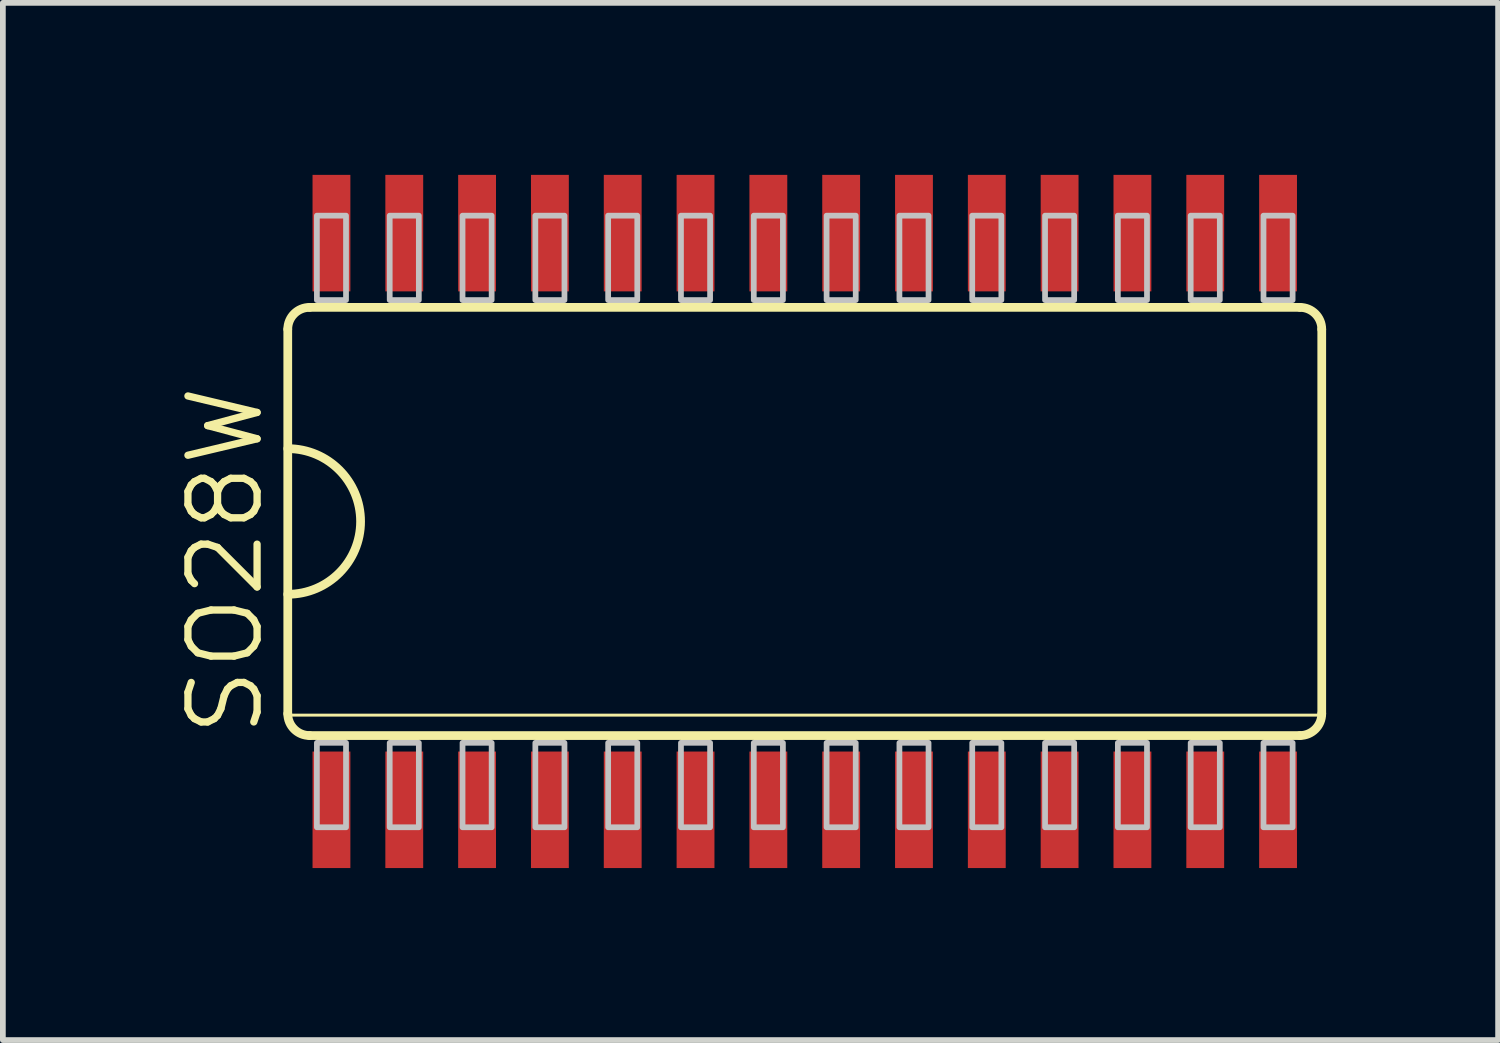
<source format=kicad_pcb>
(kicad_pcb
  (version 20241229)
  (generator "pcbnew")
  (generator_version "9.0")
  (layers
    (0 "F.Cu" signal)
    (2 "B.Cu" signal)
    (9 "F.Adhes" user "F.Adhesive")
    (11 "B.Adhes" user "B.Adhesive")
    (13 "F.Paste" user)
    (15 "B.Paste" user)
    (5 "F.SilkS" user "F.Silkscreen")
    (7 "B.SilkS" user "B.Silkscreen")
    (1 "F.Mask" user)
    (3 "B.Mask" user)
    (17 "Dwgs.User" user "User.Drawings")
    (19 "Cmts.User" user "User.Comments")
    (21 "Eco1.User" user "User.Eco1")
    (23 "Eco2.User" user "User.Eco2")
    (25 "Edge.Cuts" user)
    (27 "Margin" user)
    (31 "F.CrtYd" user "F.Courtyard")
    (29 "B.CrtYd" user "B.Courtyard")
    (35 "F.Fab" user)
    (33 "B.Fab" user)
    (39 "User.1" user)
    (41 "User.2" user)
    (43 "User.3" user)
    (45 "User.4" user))
  (footprint "SO28W"
    (layer "F.Cu")
    (at 10.986 6.045)
    (property "Reference" "SO28W" (at -9.398 3.81 90) (layer "F.SilkS") (effects (font (size 1.206 1.206) (thickness 0.127)) (justify left bottom)))
    (attr through_hole)
    (fp_line (start -9.017 -3.353) (end -9.017 3.353) (stroke (width 0.152) (type solid)) (layer "F.SilkS"))
    (fp_line (start -9.017 3.378) (end 9.017 3.378) (stroke (width 0.051) (type solid)) (layer "F.SilkS"))
    (fp_line (start -8.636 3.734) (end 8.636 3.734) (stroke (width 0.152) (type solid)) (layer "F.SilkS"))
    (fp_line (start 8.636 -3.734) (end -8.636 -3.734) (stroke (width 0.152) (type solid)) (layer "F.SilkS"))
    (fp_line (start 9.017 3.353) (end 9.017 -3.353) (stroke (width 0.152) (type solid)) (layer "F.SilkS"))
    (fp_arc (start -9.017 -3.3528) (mid -8.905408 -3.622208) (end -8.636 -3.7338) (stroke (width 0.1524) (type solid)) (layer "F.SilkS"))
    (fp_arc (start -9.017 -1.27) (mid -7.747 0) (end -9.017 1.27) (stroke (width 0.1524) (type solid)) (layer "F.SilkS"))
    (fp_arc (start -8.636 3.7338) (mid -8.905408 3.622208) (end -9.017 3.3528) (stroke (width 0.1524) (type solid)) (layer "F.SilkS"))
    (fp_arc (start 8.636 -3.7338) (mid 8.905408 -3.622208) (end 9.017 -3.3528) (stroke (width 0.1524) (type solid)) (layer "F.SilkS"))
    (fp_arc (start 9.017 3.3528) (mid 8.905408 3.622208) (end 8.636 3.7338) (stroke (width 0.1524) (type solid)) (layer "F.SilkS"))
    (fp_poly (pts (xy -8.509 -3.734) (xy -8.001 -3.734) (xy -8.001 -3.861) (xy -8.509 -3.861)) (stroke (width 0) (type solid)) (fill yes) (layer "F.SilkS"))
    (fp_poly (pts (xy -8.509 3.861) (xy -8.001 3.861) (xy -8.001 3.734) (xy -8.509 3.734)) (stroke (width 0) (type solid)) (fill yes) (layer "F.SilkS"))
    (fp_poly (pts (xy -7.239 -3.734) (xy -6.731 -3.734) (xy -6.731 -3.861) (xy -7.239 -3.861)) (stroke (width 0) (type solid)) (fill yes) (layer "F.SilkS"))
    (fp_poly (pts (xy -7.239 3.861) (xy -6.731 3.861) (xy -6.731 3.734) (xy -7.239 3.734)) (stroke (width 0) (type solid)) (fill yes) (layer "F.SilkS"))
    (fp_poly (pts (xy -5.969 -3.734) (xy -5.461 -3.734) (xy -5.461 -3.861) (xy -5.969 -3.861)) (stroke (width 0) (type solid)) (fill yes) (layer "F.SilkS"))
    (fp_poly (pts (xy -5.969 3.861) (xy -5.461 3.861) (xy -5.461 3.734) (xy -5.969 3.734)) (stroke (width 0) (type solid)) (fill yes) (layer "F.SilkS"))
    (fp_poly (pts (xy -4.699 -3.734) (xy -4.191 -3.734) (xy -4.191 -3.861) (xy -4.699 -3.861)) (stroke (width 0) (type solid)) (fill yes) (layer "F.SilkS"))
    (fp_poly (pts (xy -4.699 3.861) (xy -4.191 3.861) (xy -4.191 3.734) (xy -4.699 3.734)) (stroke (width 0) (type solid)) (fill yes) (layer "F.SilkS"))
    (fp_poly (pts (xy -3.429 -3.734) (xy -2.921 -3.734) (xy -2.921 -3.861) (xy -3.429 -3.861)) (stroke (width 0) (type solid)) (fill yes) (layer "F.SilkS"))
    (fp_poly (pts (xy -3.429 3.861) (xy -2.921 3.861) (xy -2.921 3.734) (xy -3.429 3.734)) (stroke (width 0) (type solid)) (fill yes) (layer "F.SilkS"))
    (fp_poly (pts (xy -2.159 -3.734) (xy -1.651 -3.734) (xy -1.651 -3.861) (xy -2.159 -3.861)) (stroke (width 0) (type solid)) (fill yes) (layer "F.SilkS"))
    (fp_poly (pts (xy -2.159 3.861) (xy -1.651 3.861) (xy -1.651 3.734) (xy -2.159 3.734)) (stroke (width 0) (type solid)) (fill yes) (layer "F.SilkS"))
    (fp_poly (pts (xy -0.889 -3.734) (xy -0.381 -3.734) (xy -0.381 -3.861) (xy -0.889 -3.861)) (stroke (width 0) (type solid)) (fill yes) (layer "F.SilkS"))
    (fp_poly (pts (xy -0.889 3.861) (xy -0.381 3.861) (xy -0.381 3.734) (xy -0.889 3.734)) (stroke (width 0) (type solid)) (fill yes) (layer "F.SilkS"))
    (fp_poly (pts (xy 0.381 -3.734) (xy 0.889 -3.734) (xy 0.889 -3.861) (xy 0.381 -3.861)) (stroke (width 0) (type solid)) (fill yes) (layer "F.SilkS"))
    (fp_poly (pts (xy 0.381 3.861) (xy 0.889 3.861) (xy 0.889 3.734) (xy 0.381 3.734)) (stroke (width 0) (type solid)) (fill yes) (layer "F.SilkS"))
    (fp_poly (pts (xy 1.651 -3.734) (xy 2.159 -3.734) (xy 2.159 -3.861) (xy 1.651 -3.861)) (stroke (width 0) (type solid)) (fill yes) (layer "F.SilkS"))
    (fp_poly (pts (xy 1.651 3.861) (xy 2.159 3.861) (xy 2.159 3.734) (xy 1.651 3.734)) (stroke (width 0) (type solid)) (fill yes) (layer "F.SilkS"))
    (fp_poly (pts (xy 2.921 -3.734) (xy 3.429 -3.734) (xy 3.429 -3.861) (xy 2.921 -3.861)) (stroke (width 0) (type solid)) (fill yes) (layer "F.SilkS"))
    (fp_poly (pts (xy 2.921 3.861) (xy 3.429 3.861) (xy 3.429 3.734) (xy 2.921 3.734)) (stroke (width 0) (type solid)) (fill yes) (layer "F.SilkS"))
    (fp_poly (pts (xy 4.191 -3.734) (xy 4.699 -3.734) (xy 4.699 -3.861) (xy 4.191 -3.861)) (stroke (width 0) (type solid)) (fill yes) (layer "F.SilkS"))
    (fp_poly (pts (xy 4.191 3.861) (xy 4.699 3.861) (xy 4.699 3.734) (xy 4.191 3.734)) (stroke (width 0) (type solid)) (fill yes) (layer "F.SilkS"))
    (fp_poly (pts (xy 5.461 -3.734) (xy 5.969 -3.734) (xy 5.969 -3.861) (xy 5.461 -3.861)) (stroke (width 0) (type solid)) (fill yes) (layer "F.SilkS"))
    (fp_poly (pts (xy 5.461 3.861) (xy 5.969 3.861) (xy 5.969 3.734) (xy 5.461 3.734)) (stroke (width 0) (type solid)) (fill yes) (layer "F.SilkS"))
    (fp_poly (pts (xy 6.731 -3.734) (xy 7.239 -3.734) (xy 7.239 -3.861) (xy 6.731 -3.861)) (stroke (width 0) (type solid)) (fill yes) (layer "F.SilkS"))
    (fp_poly (pts (xy 6.731 3.861) (xy 7.239 3.861) (xy 7.239 3.734) (xy 6.731 3.734)) (stroke (width 0) (type solid)) (fill yes) (layer "F.SilkS"))
    (fp_poly (pts (xy 8.001 -3.734) (xy 8.509 -3.734) (xy 8.509 -3.861) (xy 8.001 -3.861)) (stroke (width 0) (type solid)) (fill yes) (layer "F.SilkS"))
    (fp_poly (pts (xy 8.001 3.861) (xy 8.509 3.861) (xy 8.509 3.734) (xy 8.001 3.734)) (stroke (width 0) (type solid)) (fill yes) (layer "F.SilkS"))
    (fp_poly (pts (xy -8.509 -3.861) (xy -8.001 -3.861) (xy -8.001 -5.334) (xy -8.509 -5.334)) (stroke (width 0.1) (type solid)) (fill no) (layer "Dwgs.User"))
    (fp_poly (pts (xy -8.509 5.334) (xy -8.001 5.334) (xy -8.001 3.861) (xy -8.509 3.861)) (stroke (width 0.1) (type solid)) (fill no) (layer "Dwgs.User"))
    (fp_poly (pts (xy -7.239 -3.861) (xy -6.731 -3.861) (xy -6.731 -5.334) (xy -7.239 -5.334)) (stroke (width 0.1) (type solid)) (fill no) (layer "Dwgs.User"))
    (fp_poly (pts (xy -7.239 5.334) (xy -6.731 5.334) (xy -6.731 3.861) (xy -7.239 3.861)) (stroke (width 0.1) (type solid)) (fill no) (layer "Dwgs.User"))
    (fp_poly (pts (xy -5.969 -3.861) (xy -5.461 -3.861) (xy -5.461 -5.334) (xy -5.969 -5.334)) (stroke (width 0.1) (type solid)) (fill no) (layer "Dwgs.User"))
    (fp_poly (pts (xy -5.969 5.334) (xy -5.461 5.334) (xy -5.461 3.861) (xy -5.969 3.861)) (stroke (width 0.1) (type solid)) (fill no) (layer "Dwgs.User"))
    (fp_poly (pts (xy -4.699 -3.861) (xy -4.191 -3.861) (xy -4.191 -5.334) (xy -4.699 -5.334)) (stroke (width 0.1) (type solid)) (fill no) (layer "Dwgs.User"))
    (fp_poly (pts (xy -4.699 5.334) (xy -4.191 5.334) (xy -4.191 3.861) (xy -4.699 3.861)) (stroke (width 0.1) (type solid)) (fill no) (layer "Dwgs.User"))
    (fp_poly (pts (xy -3.429 -3.861) (xy -2.921 -3.861) (xy -2.921 -5.334) (xy -3.429 -5.334)) (stroke (width 0.1) (type solid)) (fill no) (layer "Dwgs.User"))
    (fp_poly (pts (xy -3.429 5.334) (xy -2.921 5.334) (xy -2.921 3.861) (xy -3.429 3.861)) (stroke (width 0.1) (type solid)) (fill no) (layer "Dwgs.User"))
    (fp_poly (pts (xy -2.159 -3.861) (xy -1.651 -3.861) (xy -1.651 -5.334) (xy -2.159 -5.334)) (stroke (width 0.1) (type solid)) (fill no) (layer "Dwgs.User"))
    (fp_poly (pts (xy -2.159 5.334) (xy -1.651 5.334) (xy -1.651 3.861) (xy -2.159 3.861)) (stroke (width 0.1) (type solid)) (fill no) (layer "Dwgs.User"))
    (fp_poly (pts (xy -0.889 -3.861) (xy -0.381 -3.861) (xy -0.381 -5.334) (xy -0.889 -5.334)) (stroke (width 0.1) (type solid)) (fill no) (layer "Dwgs.User"))
    (fp_poly (pts (xy -0.889 5.334) (xy -0.381 5.334) (xy -0.381 3.861) (xy -0.889 3.861)) (stroke (width 0.1) (type solid)) (fill no) (layer "Dwgs.User"))
    (fp_poly (pts (xy 0.381 -3.861) (xy 0.889 -3.861) (xy 0.889 -5.334) (xy 0.381 -5.334)) (stroke (width 0.1) (type solid)) (fill no) (layer "Dwgs.User"))
    (fp_poly (pts (xy 0.381 5.334) (xy 0.889 5.334) (xy 0.889 3.861) (xy 0.381 3.861)) (stroke (width 0.1) (type solid)) (fill no) (layer "Dwgs.User"))
    (fp_poly (pts (xy 1.651 -3.861) (xy 2.159 -3.861) (xy 2.159 -5.334) (xy 1.651 -5.334)) (stroke (width 0.1) (type solid)) (fill no) (layer "Dwgs.User"))
    (fp_poly (pts (xy 1.651 5.334) (xy 2.159 5.334) (xy 2.159 3.861) (xy 1.651 3.861)) (stroke (width 0.1) (type solid)) (fill no) (layer "Dwgs.User"))
    (fp_poly (pts (xy 2.921 -3.861) (xy 3.429 -3.861) (xy 3.429 -5.334) (xy 2.921 -5.334)) (stroke (width 0.1) (type solid)) (fill no) (layer "Dwgs.User"))
    (fp_poly (pts (xy 2.921 5.334) (xy 3.429 5.334) (xy 3.429 3.861) (xy 2.921 3.861)) (stroke (width 0.1) (type solid)) (fill no) (layer "Dwgs.User"))
    (fp_poly (pts (xy 4.191 -3.861) (xy 4.699 -3.861) (xy 4.699 -5.334) (xy 4.191 -5.334)) (stroke (width 0.1) (type solid)) (fill no) (layer "Dwgs.User"))
    (fp_poly (pts (xy 4.191 5.334) (xy 4.699 5.334) (xy 4.699 3.861) (xy 4.191 3.861)) (stroke (width 0.1) (type solid)) (fill no) (layer "Dwgs.User"))
    (fp_poly (pts (xy 5.461 -3.861) (xy 5.969 -3.861) (xy 5.969 -5.334) (xy 5.461 -5.334)) (stroke (width 0.1) (type solid)) (fill no) (layer "Dwgs.User"))
    (fp_poly (pts (xy 5.461 5.334) (xy 5.969 5.334) (xy 5.969 3.861) (xy 5.461 3.861)) (stroke (width 0.1) (type solid)) (fill no) (layer "Dwgs.User"))
    (fp_poly (pts (xy 6.731 -3.861) (xy 7.239 -3.861) (xy 7.239 -5.334) (xy 6.731 -5.334)) (stroke (width 0.1) (type solid)) (fill no) (layer "Dwgs.User"))
    (fp_poly (pts (xy 6.731 5.334) (xy 7.239 5.334) (xy 7.239 3.861) (xy 6.731 3.861)) (stroke (width 0.1) (type solid)) (fill no) (layer "Dwgs.User"))
    (fp_poly (pts (xy 8.001 -3.861) (xy 8.509 -3.861) (xy 8.509 -5.334) (xy 8.001 -5.334)) (stroke (width 0.1) (type solid)) (fill no) (layer "Dwgs.User"))
    (fp_poly (pts (xy 8.001 5.334) (xy 8.509 5.334) (xy 8.509 3.861) (xy 8.001 3.861)) (stroke (width 0.1) (type solid)) (fill no) (layer "Dwgs.User"))
    (pad "1" smd rect (at -8.255 5.029) (size 0.66 2.032) (layers "F.Cu" "F.Mask" "F.Paste"))
    (pad "2" smd rect (at -6.985 5.029) (size 0.66 2.032) (layers "F.Cu" "F.Mask" "F.Paste"))
    (pad "3" smd rect (at -5.715 5.029) (size 0.66 2.032) (layers "F.Cu" "F.Mask" "F.Paste"))
    (pad "4" smd rect (at -4.445 5.029) (size 0.66 2.032) (layers "F.Cu" "F.Mask" "F.Paste"))
    (pad "5" smd rect (at -3.175 5.029) (size 0.66 2.032) (layers "F.Cu" "F.Mask" "F.Paste"))
    (pad "6" smd rect (at -1.905 5.029) (size 0.66 2.032) (layers "F.Cu" "F.Mask" "F.Paste"))
    (pad "7" smd rect (at -0.635 5.029) (size 0.66 2.032) (layers "F.Cu" "F.Mask" "F.Paste"))
    (pad "8" smd rect (at 0.635 5.029) (size 0.66 2.032) (layers "F.Cu" "F.Mask" "F.Paste"))
    (pad "9" smd rect (at 1.905 5.029) (size 0.66 2.032) (layers "F.Cu" "F.Mask" "F.Paste"))
    (pad "10" smd rect (at 3.175 5.029) (size 0.66 2.032) (layers "F.Cu" "F.Mask" "F.Paste"))
    (pad "11" smd rect (at 4.445 5.029) (size 0.66 2.032) (layers "F.Cu" "F.Mask" "F.Paste"))
    (pad "12" smd rect (at 5.715 5.029) (size 0.66 2.032) (layers "F.Cu" "F.Mask" "F.Paste"))
    (pad "13" smd rect (at 6.985 5.029) (size 0.66 2.032) (layers "F.Cu" "F.Mask" "F.Paste"))
    (pad "14" smd rect (at 8.255 5.029) (size 0.66 2.032) (layers "F.Cu" "F.Mask" "F.Paste"))
    (pad "15" smd rect (at 8.255 -5.029) (size 0.66 2.032) (layers "F.Cu" "F.Mask" "F.Paste"))
    (pad "16" smd rect (at 6.985 -5.029) (size 0.66 2.032) (layers "F.Cu" "F.Mask" "F.Paste"))
    (pad "17" smd rect (at 5.715 -5.029) (size 0.66 2.032) (layers "F.Cu" "F.Mask" "F.Paste"))
    (pad "18" smd rect (at 4.445 -5.029) (size 0.66 2.032) (layers "F.Cu" "F.Mask" "F.Paste"))
    (pad "19" smd rect (at 3.175 -5.029) (size 0.66 2.032) (layers "F.Cu" "F.Mask" "F.Paste"))
    (pad "20" smd rect (at 1.905 -5.029) (size 0.66 2.032) (layers "F.Cu" "F.Mask" "F.Paste"))
    (pad "21" smd rect (at 0.635 -5.029) (size 0.66 2.032) (layers "F.Cu" "F.Mask" "F.Paste"))
    (pad "22" smd rect (at -0.635 -5.029) (size 0.66 2.032) (layers "F.Cu" "F.Mask" "F.Paste"))
    (pad "23" smd rect (at -1.905 -5.029) (size 0.66 2.032) (layers "F.Cu" "F.Mask" "F.Paste"))
    (pad "24" smd rect (at -3.175 -5.029) (size 0.66 2.032) (layers "F.Cu" "F.Mask" "F.Paste"))
    (pad "25" smd rect (at -4.445 -5.029) (size 0.66 2.032) (layers "F.Cu" "F.Mask" "F.Paste"))
    (pad "26" smd rect (at -5.715 -5.029) (size 0.66 2.032) (layers "F.Cu" "F.Mask" "F.Paste"))
    (pad "27" smd rect (at -6.985 -5.029) (size 0.66 2.032) (layers "F.Cu" "F.Mask" "F.Paste"))
    (pad "28" smd rect (at -8.255 -5.029) (size 0.66 2.032) (layers "F.Cu" "F.Mask" "F.Paste")))
  (gr_rect
    (start -3 -3)
    (end 23.079 15.09)
    (stroke (width 0.1) (type default))
    (fill no)
    (layer "Edge.Cuts")))
</source>
